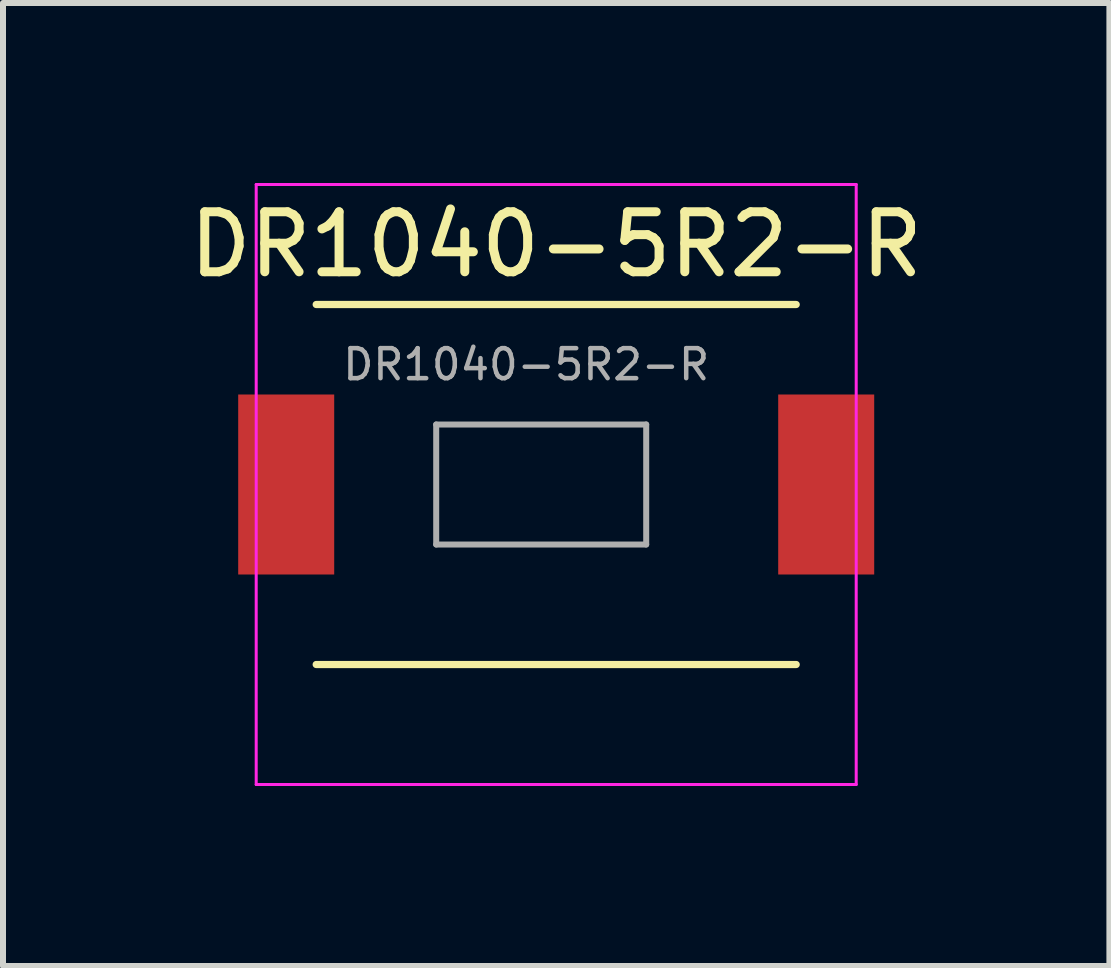
<source format=kicad_pcb>
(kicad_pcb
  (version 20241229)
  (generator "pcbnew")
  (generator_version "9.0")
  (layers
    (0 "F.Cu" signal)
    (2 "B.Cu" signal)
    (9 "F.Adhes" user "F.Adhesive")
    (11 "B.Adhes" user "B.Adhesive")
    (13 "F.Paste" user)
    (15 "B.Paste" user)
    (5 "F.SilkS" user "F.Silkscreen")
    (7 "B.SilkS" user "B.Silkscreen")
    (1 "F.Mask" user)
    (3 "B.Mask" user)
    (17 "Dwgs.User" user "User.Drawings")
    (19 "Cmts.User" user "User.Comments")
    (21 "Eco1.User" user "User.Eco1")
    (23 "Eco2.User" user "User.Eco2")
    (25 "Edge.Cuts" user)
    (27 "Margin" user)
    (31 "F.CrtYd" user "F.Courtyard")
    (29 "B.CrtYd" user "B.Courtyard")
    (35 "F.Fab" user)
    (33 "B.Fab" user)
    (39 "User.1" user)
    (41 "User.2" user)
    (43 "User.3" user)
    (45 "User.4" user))
  (footprint "DR1040-5R2-R"
    (layer "F.Cu")
    (at 6.22 5.025)
    (property "Reference" "DR1040-5R2-R" (at 0 -4 0) (layer "F.SilkS") (effects (font (size 1 1) (thickness 0.15))))
    (attr smd)
    (fp_line (start -4 -3) (end 4 -3) (stroke (width 0.12) (type solid)) (layer "F.SilkS"))
    (fp_line (start -4 3) (end 4 3) (stroke (width 0.12) (type solid)) (layer "F.SilkS"))
    (fp_line (start -5 -5) (end -5 5) (stroke (width 0.05) (type solid)) (layer "F.CrtYd"))
    (fp_line (start -5 5) (end 5 5) (stroke (width 0.05) (type solid)) (layer "F.CrtYd"))
    (fp_line (start 5 -5) (end -5 -5) (stroke (width 0.05) (type solid)) (layer "F.CrtYd"))
    (fp_line (start 5 5) (end 5 -5) (stroke (width 0.05) (type solid)) (layer "F.CrtYd"))
    (fp_line (start -2 -1) (end -2 1) (stroke (width 0.1) (type solid)) (layer "F.Fab"))
    (fp_line (start -2 1) (end 1.5 1) (stroke (width 0.1) (type solid)) (layer "F.Fab"))
    (fp_line (start 1.5 -1) (end -2 -1) (stroke (width 0.1) (type solid)) (layer "F.Fab"))
    (fp_line (start 1.5 1) (end 1.5 -1) (stroke (width 0.1) (type solid)) (layer "F.Fab"))
    (fp_text user "${REFERENCE}" (at -0.5 -2 180) (layer "F.Fab") (effects (font (size 0.5 0.5) (thickness 0.075))))
    (pad "1" smd rect (at -4.5 0) (size 1.6 3) (layers "F.Cu" "F.Mask" "F.Paste"))
    (pad "2" smd rect (at 4.5 0) (size 1.6 3) (layers "F.Cu" "F.Mask" "F.Paste")))
  (gr_rect
    (start -3 -3)
    (end 15.44 13.05)
    (stroke (width 0.1) (type default))
    (fill no)
    (layer "Edge.Cuts")))
</source>
